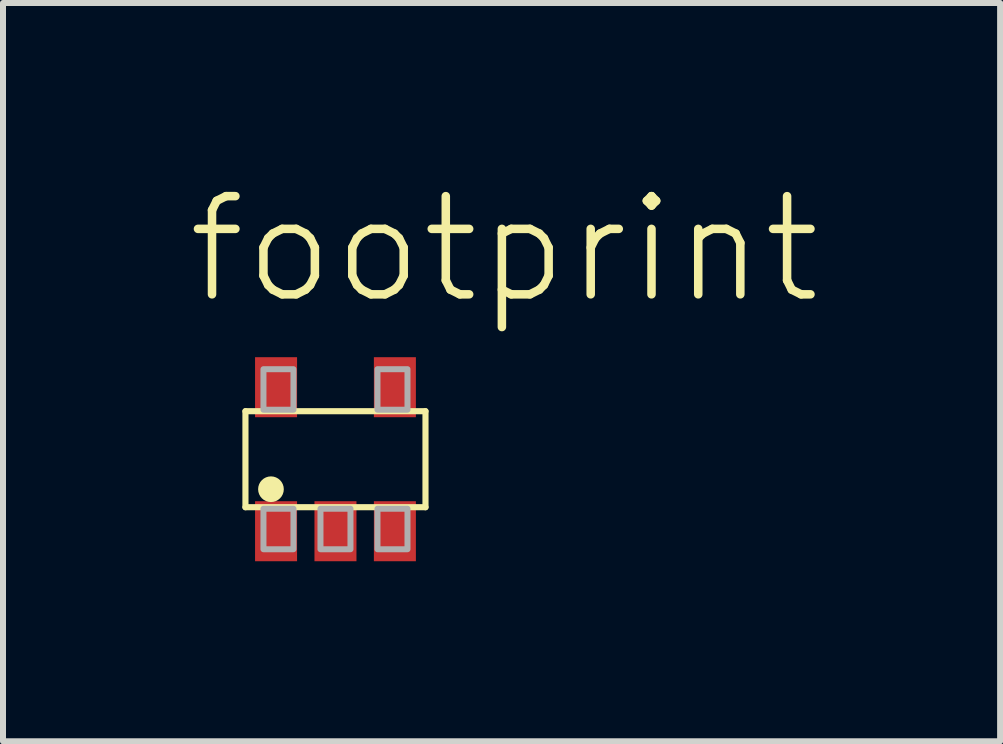
<source format=kicad_pcb>
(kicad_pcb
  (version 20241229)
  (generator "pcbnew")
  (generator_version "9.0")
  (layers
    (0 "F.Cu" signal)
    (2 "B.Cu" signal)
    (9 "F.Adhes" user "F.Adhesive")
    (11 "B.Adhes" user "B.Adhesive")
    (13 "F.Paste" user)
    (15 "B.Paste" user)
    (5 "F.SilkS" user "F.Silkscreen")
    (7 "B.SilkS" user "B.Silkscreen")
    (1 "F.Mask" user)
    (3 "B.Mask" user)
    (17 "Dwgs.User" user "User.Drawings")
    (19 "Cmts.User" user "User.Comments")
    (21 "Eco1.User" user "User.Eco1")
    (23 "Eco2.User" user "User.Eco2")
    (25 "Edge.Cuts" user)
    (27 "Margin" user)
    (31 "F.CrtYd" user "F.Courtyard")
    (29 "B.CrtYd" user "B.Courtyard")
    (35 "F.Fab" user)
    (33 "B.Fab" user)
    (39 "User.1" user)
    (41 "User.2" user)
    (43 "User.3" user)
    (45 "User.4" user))
  (footprint "footprint"
    (layer "F.Cu")
    (at 2.54 4.602)
    (property "Reference" "footprint" (at -2.54 -2.54 0) (layer "F.SilkS") (effects (font (size 1.636 1.636) (thickness 0.142)) (justify left bottom)))
    (fp_line (start -1.5 -0.8) (end 1.5 -0.8) (stroke (width 0.102) (type solid)) (layer "F.SilkS"))
    (fp_line (start -1.5 0.8) (end -1.5 -0.8) (stroke (width 0.102) (type solid)) (layer "F.SilkS"))
    (fp_line (start 1.5 -0.8) (end 1.5 0.8) (stroke (width 0.102) (type solid)) (layer "F.SilkS"))
    (fp_line (start 1.5 0.8) (end -1.5 0.8) (stroke (width 0.102) (type solid)) (layer "F.SilkS"))
    (fp_circle (center -1.075 0.5) (end -0.968 0.5) (stroke (width 0.214) (type solid)) (fill yes) (layer "F.SilkS"))
    (fp_poly (pts (xy -1.2 -0.825) (xy -0.7 -0.825) (xy -0.7 -1.5) (xy -1.2 -1.5)) (stroke (width 0.1) (type solid)) (fill no) (layer "F.Fab"))
    (fp_poly (pts (xy -1.2 1.5) (xy -0.7 1.5) (xy -0.7 0.825) (xy -1.2 0.825)) (stroke (width 0.1) (type solid)) (fill no) (layer "F.Fab"))
    (fp_poly (pts (xy -0.25 1.5) (xy 0.25 1.5) (xy 0.25 0.825) (xy -0.25 0.825)) (stroke (width 0.1) (type solid)) (fill no) (layer "F.Fab"))
    (fp_poly (pts (xy 0.7 -0.825) (xy 1.2 -0.825) (xy 1.2 -1.5) (xy 0.7 -1.5)) (stroke (width 0.1) (type solid)) (fill no) (layer "F.Fab"))
    (fp_poly (pts (xy 0.7 1.5) (xy 1.2 1.5) (xy 1.2 0.825) (xy 0.7 0.825)) (stroke (width 0.1) (type solid)) (fill no) (layer "F.Fab"))
    (pad "1" smd rect (at -0.99 1.2) (size 0.7 1) (layers "F.Cu" "F.Mask" "F.Paste"))
    (pad "2" smd rect (at 0 1.2) (size 0.7 1) (layers "F.Cu" "F.Mask" "F.Paste"))
    (pad "3" smd rect (at 0.99 1.2) (size 0.7 1) (layers "F.Cu" "F.Mask" "F.Paste"))
    (pad "4" smd rect (at 0.99 -1.2 180) (size 0.7 1) (layers "F.Cu" "F.Mask" "F.Paste"))
    (pad "5" smd rect (at -0.99 -1.2 180) (size 0.7 1) (layers "F.Cu" "F.Mask" "F.Paste")))
  (gr_rect
    (start -3 -3)
    (end 13.615 9.302)
    (stroke (width 0.1) (type default))
    (fill no)
    (layer "Edge.Cuts")))
</source>
